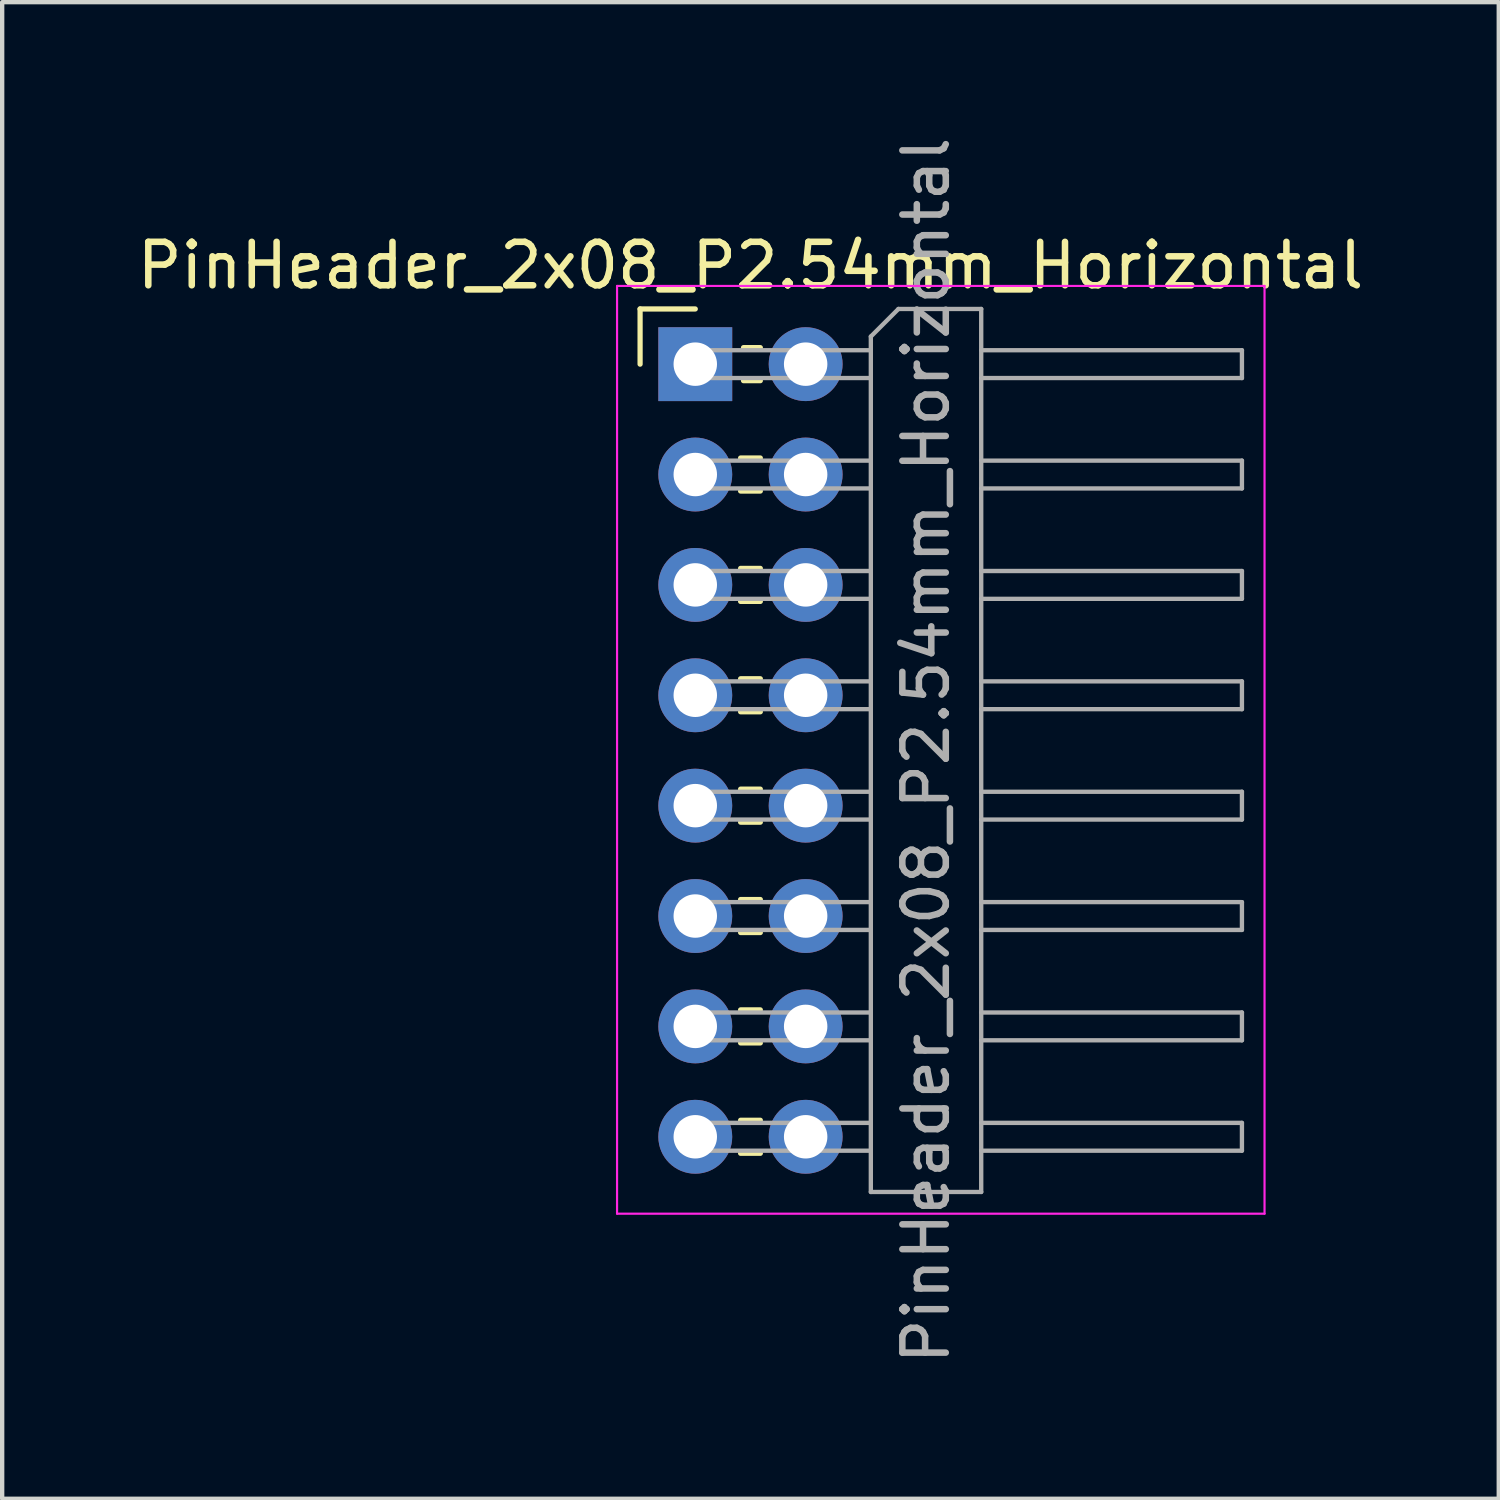
<source format=kicad_pcb>
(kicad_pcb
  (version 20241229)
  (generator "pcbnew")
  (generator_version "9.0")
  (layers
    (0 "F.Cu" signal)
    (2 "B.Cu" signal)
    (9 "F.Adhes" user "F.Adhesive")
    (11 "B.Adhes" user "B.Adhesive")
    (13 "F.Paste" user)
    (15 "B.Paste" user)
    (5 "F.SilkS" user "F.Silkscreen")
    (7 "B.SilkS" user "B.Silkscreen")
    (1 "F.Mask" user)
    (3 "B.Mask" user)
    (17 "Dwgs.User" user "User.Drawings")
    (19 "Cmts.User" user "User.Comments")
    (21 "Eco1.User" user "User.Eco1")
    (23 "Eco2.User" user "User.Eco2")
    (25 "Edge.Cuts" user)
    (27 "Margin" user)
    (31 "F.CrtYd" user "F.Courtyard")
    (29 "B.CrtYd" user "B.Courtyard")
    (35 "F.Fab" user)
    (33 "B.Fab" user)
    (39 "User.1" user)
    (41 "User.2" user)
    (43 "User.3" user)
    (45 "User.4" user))
  (footprint "PinHeader_2x08_P2.54mm_Horizontal"
    (layer "F.Cu")
    (at 12.95 5.33)
    (property "Reference" "PinHeader_2x08_P2.54mm_Horizontal" (at 1.27 -2.27 0) (layer "F.SilkS") (effects (font (size 1 1) (thickness 0.15))))
    (attr through_hole)
    (fp_line (start -1.27 -1.27) (end 0 -1.27) (stroke (width 0.12) (type solid)) (layer "F.SilkS"))
    (fp_line (start -1.27 0) (end -1.27 -1.27) (stroke (width 0.12) (type solid)) (layer "F.SilkS"))
    (fp_line (start 1.043 2.16) (end 1.497 2.16) (stroke (width 0.12) (type solid)) (layer "F.SilkS"))
    (fp_line (start 1.043 2.92) (end 1.497 2.92) (stroke (width 0.12) (type solid)) (layer "F.SilkS"))
    (fp_line (start 1.043 4.7) (end 1.497 4.7) (stroke (width 0.12) (type solid)) (layer "F.SilkS"))
    (fp_line (start 1.043 5.46) (end 1.497 5.46) (stroke (width 0.12) (type solid)) (layer "F.SilkS"))
    (fp_line (start 1.043 7.24) (end 1.497 7.24) (stroke (width 0.12) (type solid)) (layer "F.SilkS"))
    (fp_line (start 1.043 8) (end 1.497 8) (stroke (width 0.12) (type solid)) (layer "F.SilkS"))
    (fp_line (start 1.043 9.78) (end 1.497 9.78) (stroke (width 0.12) (type solid)) (layer "F.SilkS"))
    (fp_line (start 1.043 10.54) (end 1.497 10.54) (stroke (width 0.12) (type solid)) (layer "F.SilkS"))
    (fp_line (start 1.043 12.32) (end 1.497 12.32) (stroke (width 0.12) (type solid)) (layer "F.SilkS"))
    (fp_line (start 1.043 13.08) (end 1.497 13.08) (stroke (width 0.12) (type solid)) (layer "F.SilkS"))
    (fp_line (start 1.043 14.86) (end 1.497 14.86) (stroke (width 0.12) (type solid)) (layer "F.SilkS"))
    (fp_line (start 1.043 15.62) (end 1.497 15.62) (stroke (width 0.12) (type solid)) (layer "F.SilkS"))
    (fp_line (start 1.043 17.4) (end 1.497 17.4) (stroke (width 0.12) (type solid)) (layer "F.SilkS"))
    (fp_line (start 1.043 18.16) (end 1.497 18.16) (stroke (width 0.12) (type solid)) (layer "F.SilkS"))
    (fp_line (start 1.11 -0.38) (end 1.497 -0.38) (stroke (width 0.12) (type solid)) (layer "F.SilkS"))
    (fp_line (start 1.11 0.38) (end 1.497 0.38) (stroke (width 0.12) (type solid)) (layer "F.SilkS"))
    (fp_line (start -1.8 -1.8) (end -1.8 19.55) (stroke (width 0.05) (type solid)) (layer "F.CrtYd"))
    (fp_line (start -1.8 19.55) (end 13.1 19.55) (stroke (width 0.05) (type solid)) (layer "F.CrtYd"))
    (fp_line (start 13.1 -1.8) (end -1.8 -1.8) (stroke (width 0.05) (type solid)) (layer "F.CrtYd"))
    (fp_line (start 13.1 19.55) (end 13.1 -1.8) (stroke (width 0.05) (type solid)) (layer "F.CrtYd"))
    (fp_line (start -0.32 -0.32) (end -0.32 0.32) (stroke (width 0.1) (type solid)) (layer "F.Fab"))
    (fp_line (start -0.32 -0.32) (end 4.04 -0.32) (stroke (width 0.1) (type solid)) (layer "F.Fab"))
    (fp_line (start -0.32 0.32) (end 4.04 0.32) (stroke (width 0.1) (type solid)) (layer "F.Fab"))
    (fp_line (start -0.32 2.22) (end -0.32 2.86) (stroke (width 0.1) (type solid)) (layer "F.Fab"))
    (fp_line (start -0.32 2.22) (end 4.04 2.22) (stroke (width 0.1) (type solid)) (layer "F.Fab"))
    (fp_line (start -0.32 2.86) (end 4.04 2.86) (stroke (width 0.1) (type solid)) (layer "F.Fab"))
    (fp_line (start -0.32 4.76) (end -0.32 5.4) (stroke (width 0.1) (type solid)) (layer "F.Fab"))
    (fp_line (start -0.32 4.76) (end 4.04 4.76) (stroke (width 0.1) (type solid)) (layer "F.Fab"))
    (fp_line (start -0.32 5.4) (end 4.04 5.4) (stroke (width 0.1) (type solid)) (layer "F.Fab"))
    (fp_line (start -0.32 7.3) (end -0.32 7.94) (stroke (width 0.1) (type solid)) (layer "F.Fab"))
    (fp_line (start -0.32 7.3) (end 4.04 7.3) (stroke (width 0.1) (type solid)) (layer "F.Fab"))
    (fp_line (start -0.32 7.94) (end 4.04 7.94) (stroke (width 0.1) (type solid)) (layer "F.Fab"))
    (fp_line (start -0.32 9.84) (end -0.32 10.48) (stroke (width 0.1) (type solid)) (layer "F.Fab"))
    (fp_line (start -0.32 9.84) (end 4.04 9.84) (stroke (width 0.1) (type solid)) (layer "F.Fab"))
    (fp_line (start -0.32 10.48) (end 4.04 10.48) (stroke (width 0.1) (type solid)) (layer "F.Fab"))
    (fp_line (start -0.32 12.38) (end -0.32 13.02) (stroke (width 0.1) (type solid)) (layer "F.Fab"))
    (fp_line (start -0.32 12.38) (end 4.04 12.38) (stroke (width 0.1) (type solid)) (layer "F.Fab"))
    (fp_line (start -0.32 13.02) (end 4.04 13.02) (stroke (width 0.1) (type solid)) (layer "F.Fab"))
    (fp_line (start -0.32 14.92) (end -0.32 15.56) (stroke (width 0.1) (type solid)) (layer "F.Fab"))
    (fp_line (start -0.32 14.92) (end 4.04 14.92) (stroke (width 0.1) (type solid)) (layer "F.Fab"))
    (fp_line (start -0.32 15.56) (end 4.04 15.56) (stroke (width 0.1) (type solid)) (layer "F.Fab"))
    (fp_line (start -0.32 17.46) (end -0.32 18.1) (stroke (width 0.1) (type solid)) (layer "F.Fab"))
    (fp_line (start -0.32 17.46) (end 4.04 17.46) (stroke (width 0.1) (type solid)) (layer "F.Fab"))
    (fp_line (start -0.32 18.1) (end 4.04 18.1) (stroke (width 0.1) (type solid)) (layer "F.Fab"))
    (fp_line (start 4.04 -0.635) (end 4.675 -1.27) (stroke (width 0.1) (type solid)) (layer "F.Fab"))
    (fp_line (start 4.04 19.05) (end 4.04 -0.635) (stroke (width 0.1) (type solid)) (layer "F.Fab"))
    (fp_line (start 4.675 -1.27) (end 6.58 -1.27) (stroke (width 0.1) (type solid)) (layer "F.Fab"))
    (fp_line (start 6.58 -1.27) (end 6.58 19.05) (stroke (width 0.1) (type solid)) (layer "F.Fab"))
    (fp_line (start 6.58 -0.32) (end 12.58 -0.32) (stroke (width 0.1) (type solid)) (layer "F.Fab"))
    (fp_line (start 6.58 0.32) (end 12.58 0.32) (stroke (width 0.1) (type solid)) (layer "F.Fab"))
    (fp_line (start 6.58 2.22) (end 12.58 2.22) (stroke (width 0.1) (type solid)) (layer "F.Fab"))
    (fp_line (start 6.58 2.86) (end 12.58 2.86) (stroke (width 0.1) (type solid)) (layer "F.Fab"))
    (fp_line (start 6.58 4.76) (end 12.58 4.76) (stroke (width 0.1) (type solid)) (layer "F.Fab"))
    (fp_line (start 6.58 5.4) (end 12.58 5.4) (stroke (width 0.1) (type solid)) (layer "F.Fab"))
    (fp_line (start 6.58 7.3) (end 12.58 7.3) (stroke (width 0.1) (type solid)) (layer "F.Fab"))
    (fp_line (start 6.58 7.94) (end 12.58 7.94) (stroke (width 0.1) (type solid)) (layer "F.Fab"))
    (fp_line (start 6.58 9.84) (end 12.58 9.84) (stroke (width 0.1) (type solid)) (layer "F.Fab"))
    (fp_line (start 6.58 10.48) (end 12.58 10.48) (stroke (width 0.1) (type solid)) (layer "F.Fab"))
    (fp_line (start 6.58 12.38) (end 12.58 12.38) (stroke (width 0.1) (type solid)) (layer "F.Fab"))
    (fp_line (start 6.58 13.02) (end 12.58 13.02) (stroke (width 0.1) (type solid)) (layer "F.Fab"))
    (fp_line (start 6.58 14.92) (end 12.58 14.92) (stroke (width 0.1) (type solid)) (layer "F.Fab"))
    (fp_line (start 6.58 15.56) (end 12.58 15.56) (stroke (width 0.1) (type solid)) (layer "F.Fab"))
    (fp_line (start 6.58 17.46) (end 12.58 17.46) (stroke (width 0.1) (type solid)) (layer "F.Fab"))
    (fp_line (start 6.58 18.1) (end 12.58 18.1) (stroke (width 0.1) (type solid)) (layer "F.Fab"))
    (fp_line (start 6.58 19.05) (end 4.04 19.05) (stroke (width 0.1) (type solid)) (layer "F.Fab"))
    (fp_line (start 12.58 -0.32) (end 12.58 0.32) (stroke (width 0.1) (type solid)) (layer "F.Fab"))
    (fp_line (start 12.58 2.22) (end 12.58 2.86) (stroke (width 0.1) (type solid)) (layer "F.Fab"))
    (fp_line (start 12.58 4.76) (end 12.58 5.4) (stroke (width 0.1) (type solid)) (layer "F.Fab"))
    (fp_line (start 12.58 7.3) (end 12.58 7.94) (stroke (width 0.1) (type solid)) (layer "F.Fab"))
    (fp_line (start 12.58 9.84) (end 12.58 10.48) (stroke (width 0.1) (type solid)) (layer "F.Fab"))
    (fp_line (start 12.58 12.38) (end 12.58 13.02) (stroke (width 0.1) (type solid)) (layer "F.Fab"))
    (fp_line (start 12.58 14.92) (end 12.58 15.56) (stroke (width 0.1) (type solid)) (layer "F.Fab"))
    (fp_line (start 12.58 17.46) (end 12.58 18.1) (stroke (width 0.1) (type solid)) (layer "F.Fab"))
    (fp_text user "${REFERENCE}" (at 5.31 8.89 90) (layer "F.Fab") (effects (font (size 1 1) (thickness 0.15))))
    (pad "1" thru_hole rect (at 0 0) (size 1.7 1.7) (drill 1) (layers "*.Cu" "*.Mask"))
    (pad "2" thru_hole oval (at 2.54 0) (size 1.7 1.7) (drill 1) (layers "*.Cu" "*.Mask"))
    (pad "3" thru_hole oval (at 0 2.54) (size 1.7 1.7) (drill 1) (layers "*.Cu" "*.Mask"))
    (pad "4" thru_hole oval (at 2.54 2.54) (size 1.7 1.7) (drill 1) (layers "*.Cu" "*.Mask"))
    (pad "5" thru_hole oval (at 0 5.08) (size 1.7 1.7) (drill 1) (layers "*.Cu" "*.Mask"))
    (pad "6" thru_hole oval (at 2.54 5.08) (size 1.7 1.7) (drill 1) (layers "*.Cu" "*.Mask"))
    (pad "7" thru_hole oval (at 0 7.62) (size 1.7 1.7) (drill 1) (layers "*.Cu" "*.Mask"))
    (pad "8" thru_hole oval (at 2.54 7.62) (size 1.7 1.7) (drill 1) (layers "*.Cu" "*.Mask"))
    (pad "9" thru_hole oval (at 0 10.16) (size 1.7 1.7) (drill 1) (layers "*.Cu" "*.Mask"))
    (pad "10" thru_hole oval (at 2.54 10.16) (size 1.7 1.7) (drill 1) (layers "*.Cu" "*.Mask"))
    (pad "11" thru_hole oval (at 0 12.7) (size 1.7 1.7) (drill 1) (layers "*.Cu" "*.Mask"))
    (pad "12" thru_hole oval (at 2.54 12.7) (size 1.7 1.7) (drill 1) (layers "*.Cu" "*.Mask"))
    (pad "13" thru_hole oval (at 0 15.24) (size 1.7 1.7) (drill 1) (layers "*.Cu" "*.Mask"))
    (pad "14" thru_hole oval (at 2.54 15.24) (size 1.7 1.7) (drill 1) (layers "*.Cu" "*.Mask"))
    (pad "15" thru_hole oval (at 0 17.78) (size 1.7 1.7) (drill 1) (layers "*.Cu" "*.Mask"))
    (pad "16" thru_hole oval (at 2.54 17.78) (size 1.7 1.7) (drill 1) (layers "*.Cu" "*.Mask")))
  (gr_rect
    (start -3 -3)
    (end 31.44 31.44)
    (stroke (width 0.1) (type default))
    (fill no)
    (layer "Edge.Cuts")))
</source>
